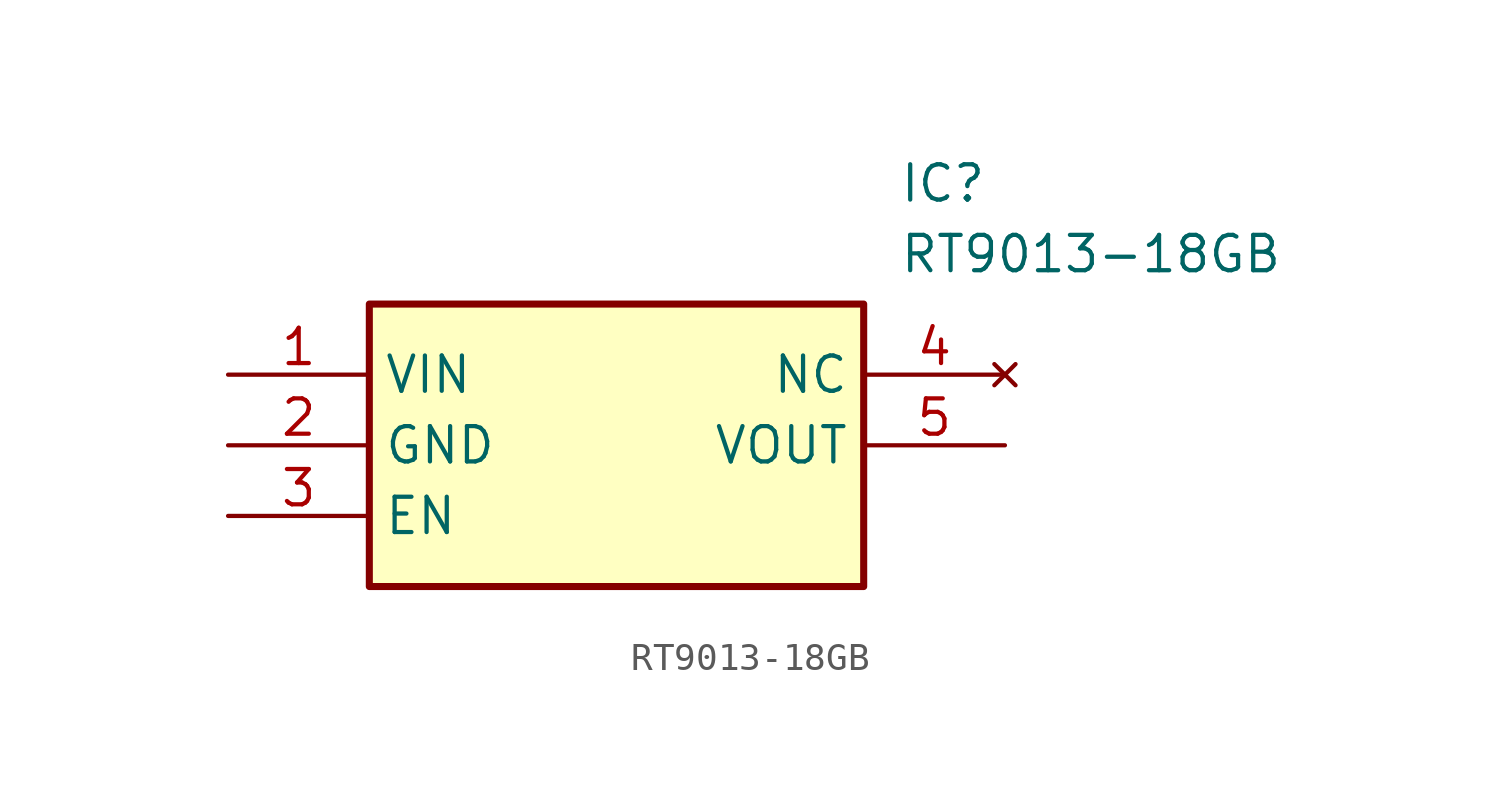
<source format=kicad_sym>
(kicad_symbol_lib
  (version 20211014)
  (generator SamacSys_ECAD_Model)
  (symbol "RT9013-18GB"
    (property "Reference" "IC"
      (at 24.13 7.62 0)
      (effects (font (size 1.27 1.27)) (justify left top)))
    (property "Value" "RT9013-18GB"
      (at 24.13 5.08 0)
      (effects (font (size 1.27 1.27)) (justify left top)))
    (rectangle
      (start 5.08 2.54)
      (end 22.86 -7.62)
      (stroke (width 0.254) (type default))
      (fill (type background)))
    (pin passive line
      (at 0 0 0)
      (length 5.08)
      (name "VIN" (effects (font (size 1.27 1.27))))
      (number "1" (effects (font (size 1.27 1.27)))))
    (pin passive line
      (at 0 -2.54 0)
      (length 5.08)
      (name "GND" (effects (font (size 1.27 1.27))))
      (number "2" (effects (font (size 1.27 1.27)))))
    (pin passive line
      (at 0 -5.08 0)
      (length 5.08)
      (name "EN" (effects (font (size 1.27 1.27))))
      (number "3" (effects (font (size 1.27 1.27)))))
    (pin no_connect line
      (at 27.94 0 180)
      (length 5.08)
      (name "NC" (effects (font (size 1.27 1.27))))
      (number "4" (effects (font (size 1.27 1.27)))))
    (pin passive line
      (at 27.94 -2.54 180)
      (length 5.08)
      (name "VOUT" (effects (font (size 1.27 1.27))))
      (number "5" (effects (font (size 1.27 1.27)))))))
</source>
